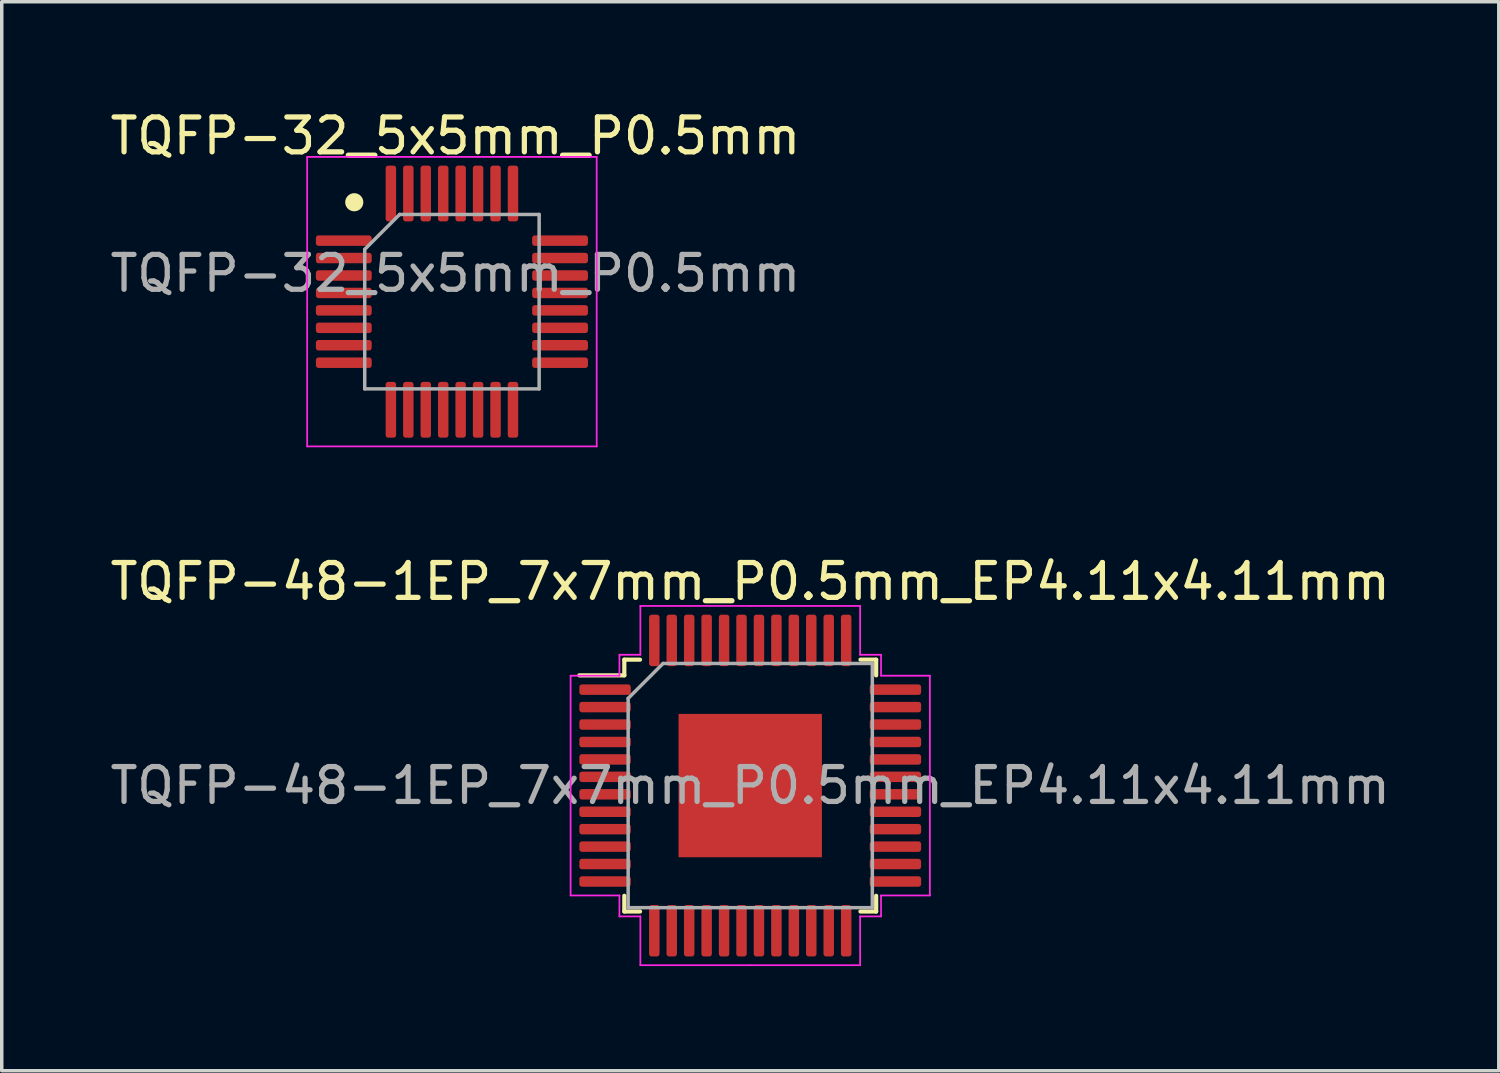
<source format=kicad_pcb>
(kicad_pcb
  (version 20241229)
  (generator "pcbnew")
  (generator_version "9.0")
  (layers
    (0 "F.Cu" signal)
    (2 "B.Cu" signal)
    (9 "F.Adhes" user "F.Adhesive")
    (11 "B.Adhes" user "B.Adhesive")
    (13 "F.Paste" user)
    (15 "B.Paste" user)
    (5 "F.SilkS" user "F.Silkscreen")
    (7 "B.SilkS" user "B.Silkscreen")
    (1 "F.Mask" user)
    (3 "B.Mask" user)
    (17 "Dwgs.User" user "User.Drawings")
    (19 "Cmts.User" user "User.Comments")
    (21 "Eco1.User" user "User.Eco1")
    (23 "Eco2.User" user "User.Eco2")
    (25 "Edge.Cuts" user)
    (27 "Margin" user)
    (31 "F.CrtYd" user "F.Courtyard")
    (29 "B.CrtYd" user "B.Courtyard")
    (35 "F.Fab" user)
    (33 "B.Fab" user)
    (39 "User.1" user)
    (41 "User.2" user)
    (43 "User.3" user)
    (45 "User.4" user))
  (footprint "TQFP-32_5x5mm_P0.5mm"
    (layer "F.Cu")
    (at 9.906 5.598)
    (property "Reference" "TQFP-32_5x5mm_P0.5mm" (at 0.1 -4.75 0) (unlocked yes) (layer "F.SilkS") (effects (font (size 1 1) (thickness 0.15))))
    (attr smd)
    (fp_circle (center -2.8 -2.85) (end -2.6 -2.85) (stroke (width 0.12) (type solid)) (fill yes) (layer "F.SilkS"))
    (fp_line (start -4.15 -4.15) (end -4.15 4.15) (stroke (width 0.05) (type solid)) (layer "F.CrtYd"))
    (fp_line (start -4.15 4.15) (end 4.15 4.15) (stroke (width 0.05) (type solid)) (layer "F.CrtYd"))
    (fp_line (start 4.15 -4.15) (end -4.15 -4.15) (stroke (width 0.05) (type solid)) (layer "F.CrtYd"))
    (fp_line (start 4.15 4.15) (end 4.15 -4.15) (stroke (width 0.05) (type solid)) (layer "F.CrtYd"))
    (fp_rect (start 0 0) (end 0 0) (stroke (width 0.05) (type solid)) (fill no) (layer "F.CrtYd"))
    (fp_line (start -2.5 -1.5) (end -2.5 2.5) (stroke (width 0.1) (type solid)) (layer "F.Fab"))
    (fp_line (start -2.5 -1.5) (end -1.5 -2.5) (stroke (width 0.1) (type solid)) (layer "F.Fab"))
    (fp_line (start -2.5 2.5) (end 2.5 2.5) (stroke (width 0.1) (type solid)) (layer "F.Fab"))
    (fp_line (start 2.5 -2.5) (end -1.5 -2.5) (stroke (width 0.1) (type solid)) (layer "F.Fab"))
    (fp_line (start 2.5 2.5) (end 2.5 -2.5) (stroke (width 0.1) (type solid)) (layer "F.Fab"))
    (fp_text user "${REFERENCE}" (at 0.1 -0.81 0) (unlocked yes) (layer "F.Fab") (effects (font (size 1 1) (thickness 0.15))))
    (pad "1" smd roundrect (at -3.1 -1.75) (size 1.6 0.3) (layers "F.Cu" "F.Mask" "F.Paste") (roundrect_rratio 0.25))
    (pad "2" smd roundrect (at -3.1 -1.25) (size 1.6 0.3) (layers "F.Cu" "F.Mask" "F.Paste") (roundrect_rratio 0.25))
    (pad "3" smd roundrect (at -3.1 -0.75) (size 1.6 0.3) (layers "F.Cu" "F.Mask" "F.Paste") (roundrect_rratio 0.25))
    (pad "4" smd roundrect (at -3.1 -0.25) (size 1.6 0.3) (layers "F.Cu" "F.Mask" "F.Paste") (roundrect_rratio 0.25))
    (pad "5" smd roundrect (at -3.1 0.25) (size 1.6 0.3) (layers "F.Cu" "F.Mask" "F.Paste") (roundrect_rratio 0.25))
    (pad "6" smd roundrect (at -3.1 0.75) (size 1.6 0.3) (layers "F.Cu" "F.Mask" "F.Paste") (roundrect_rratio 0.25))
    (pad "7" smd roundrect (at -3.1 1.25) (size 1.6 0.3) (layers "F.Cu" "F.Mask" "F.Paste") (roundrect_rratio 0.25))
    (pad "8" smd roundrect (at -3.1 1.75) (size 1.6 0.3) (layers "F.Cu" "F.Mask" "F.Paste") (roundrect_rratio 0.25))
    (pad "9" smd roundrect (at -1.75 3.1 90) (size 1.6 0.3) (layers "F.Cu" "F.Mask" "F.Paste") (roundrect_rratio 0.25))
    (pad "10" smd roundrect (at -1.25 3.1 90) (size 1.6 0.3) (layers "F.Cu" "F.Mask" "F.Paste") (roundrect_rratio 0.25))
    (pad "11" smd roundrect (at -0.75 3.1 90) (size 1.6 0.3) (layers "F.Cu" "F.Mask" "F.Paste") (roundrect_rratio 0.25))
    (pad "12" smd roundrect (at -0.25 3.1 90) (size 1.6 0.3) (layers "F.Cu" "F.Mask" "F.Paste") (roundrect_rratio 0.25))
    (pad "13" smd roundrect (at 0.25 3.1 90) (size 1.6 0.3) (layers "F.Cu" "F.Mask" "F.Paste") (roundrect_rratio 0.25))
    (pad "14" smd roundrect (at 0.75 3.1 90) (size 1.6 0.3) (layers "F.Cu" "F.Mask" "F.Paste") (roundrect_rratio 0.25))
    (pad "15" smd roundrect (at 1.25 3.1 90) (size 1.6 0.3) (layers "F.Cu" "F.Mask" "F.Paste") (roundrect_rratio 0.25))
    (pad "16" smd roundrect (at 1.75 3.1 90) (size 1.6 0.3) (layers "F.Cu" "F.Mask" "F.Paste") (roundrect_rratio 0.25))
    (pad "17" smd roundrect (at 3.1 1.75) (size 1.6 0.3) (layers "F.Cu" "F.Mask" "F.Paste") (roundrect_rratio 0.25))
    (pad "18" smd roundrect (at 3.1 1.25) (size 1.6 0.3) (layers "F.Cu" "F.Mask" "F.Paste") (roundrect_rratio 0.25))
    (pad "19" smd roundrect (at 3.1 0.75) (size 1.6 0.3) (layers "F.Cu" "F.Mask" "F.Paste") (roundrect_rratio 0.25))
    (pad "20" smd roundrect (at 3.1 0.25) (size 1.6 0.3) (layers "F.Cu" "F.Mask" "F.Paste") (roundrect_rratio 0.25))
    (pad "21" smd roundrect (at 3.1 -0.25) (size 1.6 0.3) (layers "F.Cu" "F.Mask" "F.Paste") (roundrect_rratio 0.25))
    (pad "22" smd roundrect (at 3.1 -0.75) (size 1.6 0.3) (layers "F.Cu" "F.Mask" "F.Paste") (roundrect_rratio 0.25))
    (pad "23" smd roundrect (at 3.1 -1.25) (size 1.6 0.3) (layers "F.Cu" "F.Mask" "F.Paste") (roundrect_rratio 0.25))
    (pad "24" smd roundrect (at 3.1 -1.75) (size 1.6 0.3) (layers "F.Cu" "F.Mask" "F.Paste") (roundrect_rratio 0.25))
    (pad "25" smd roundrect (at 1.75 -3.1 90) (size 1.6 0.3) (layers "F.Cu" "F.Mask" "F.Paste") (roundrect_rratio 0.25))
    (pad "26" smd roundrect (at 1.25 -3.1 90) (size 1.6 0.3) (layers "F.Cu" "F.Mask" "F.Paste") (roundrect_rratio 0.25))
    (pad "27" smd roundrect (at 0.75 -3.1 90) (size 1.6 0.3) (layers "F.Cu" "F.Mask" "F.Paste") (roundrect_rratio 0.25))
    (pad "28" smd roundrect (at 0.25 -3.1 90) (size 1.6 0.3) (layers "F.Cu" "F.Mask" "F.Paste") (roundrect_rratio 0.25))
    (pad "29" smd roundrect (at -0.25 -3.1 90) (size 1.6 0.3) (layers "F.Cu" "F.Mask" "F.Paste") (roundrect_rratio 0.25))
    (pad "30" smd roundrect (at -0.75 -3.1 90) (size 1.6 0.3) (layers "F.Cu" "F.Mask" "F.Paste") (roundrect_rratio 0.25))
    (pad "31" smd roundrect (at -1.25 -3.1 90) (size 1.6 0.3) (layers "F.Cu" "F.Mask" "F.Paste") (roundrect_rratio 0.25))
    (pad "32" smd roundrect (at -1.75 -3.1 90) (size 1.6 0.3) (layers "F.Cu" "F.Mask" "F.Paste") (roundrect_rratio 0.25)))
  (footprint "TQFP-48-1EP_7x7mm_P0.5mm_EP4.11x4.11mm"
    (layer "F.Cu")
    (at 18.458 19.471)
    (property "Reference" "TQFP-48-1EP_7x7mm_P0.5mm_EP4.11x4.11mm" (at 0 -5.85 0) (layer "F.SilkS") (effects (font (size 1 1) (thickness 0.15))))
    (attr smd)
    (fp_line (start -3.61 -3.61) (end -3.61 -3.16) (stroke (width 0.12) (type solid)) (layer "F.SilkS"))
    (fp_line (start -3.61 -3.16) (end -4.9 -3.16) (stroke (width 0.12) (type solid)) (layer "F.SilkS"))
    (fp_line (start -3.61 3.61) (end -3.61 3.16) (stroke (width 0.12) (type solid)) (layer "F.SilkS"))
    (fp_line (start -3.16 -3.61) (end -3.61 -3.61) (stroke (width 0.12) (type solid)) (layer "F.SilkS"))
    (fp_line (start -3.16 3.61) (end -3.61 3.61) (stroke (width 0.12) (type solid)) (layer "F.SilkS"))
    (fp_line (start 3.16 -3.61) (end 3.61 -3.61) (stroke (width 0.12) (type solid)) (layer "F.SilkS"))
    (fp_line (start 3.16 3.61) (end 3.61 3.61) (stroke (width 0.12) (type solid)) (layer "F.SilkS"))
    (fp_line (start 3.61 -3.61) (end 3.61 -3.16) (stroke (width 0.12) (type solid)) (layer "F.SilkS"))
    (fp_line (start 3.61 3.61) (end 3.61 3.16) (stroke (width 0.12) (type solid)) (layer "F.SilkS"))
    (fp_line (start -5.15 -3.15) (end -5.15 0) (stroke (width 0.05) (type solid)) (layer "F.CrtYd"))
    (fp_line (start -5.15 3.15) (end -5.15 0) (stroke (width 0.05) (type solid)) (layer "F.CrtYd"))
    (fp_line (start -3.75 -3.75) (end -3.75 -3.15) (stroke (width 0.05) (type solid)) (layer "F.CrtYd"))
    (fp_line (start -3.75 -3.15) (end -5.15 -3.15) (stroke (width 0.05) (type solid)) (layer "F.CrtYd"))
    (fp_line (start -3.75 3.15) (end -5.15 3.15) (stroke (width 0.05) (type solid)) (layer "F.CrtYd"))
    (fp_line (start -3.75 3.75) (end -3.75 3.15) (stroke (width 0.05) (type solid)) (layer "F.CrtYd"))
    (fp_line (start -3.15 -5.15) (end -3.15 -3.75) (stroke (width 0.05) (type solid)) (layer "F.CrtYd"))
    (fp_line (start -3.15 -3.75) (end -3.75 -3.75) (stroke (width 0.05) (type solid)) (layer "F.CrtYd"))
    (fp_line (start -3.15 3.75) (end -3.75 3.75) (stroke (width 0.05) (type solid)) (layer "F.CrtYd"))
    (fp_line (start -3.15 5.15) (end -3.15 3.75) (stroke (width 0.05) (type solid)) (layer "F.CrtYd"))
    (fp_line (start 0 -5.15) (end -3.15 -5.15) (stroke (width 0.05) (type solid)) (layer "F.CrtYd"))
    (fp_line (start 0 -5.15) (end 3.15 -5.15) (stroke (width 0.05) (type solid)) (layer "F.CrtYd"))
    (fp_line (start 0 5.15) (end -3.15 5.15) (stroke (width 0.05) (type solid)) (layer "F.CrtYd"))
    (fp_line (start 0 5.15) (end 3.15 5.15) (stroke (width 0.05) (type solid)) (layer "F.CrtYd"))
    (fp_line (start 3.15 -5.15) (end 3.15 -3.75) (stroke (width 0.05) (type solid)) (layer "F.CrtYd"))
    (fp_line (start 3.15 -3.75) (end 3.75 -3.75) (stroke (width 0.05) (type solid)) (layer "F.CrtYd"))
    (fp_line (start 3.15 3.75) (end 3.75 3.75) (stroke (width 0.05) (type solid)) (layer "F.CrtYd"))
    (fp_line (start 3.15 5.15) (end 3.15 3.75) (stroke (width 0.05) (type solid)) (layer "F.CrtYd"))
    (fp_line (start 3.75 -3.75) (end 3.75 -3.15) (stroke (width 0.05) (type solid)) (layer "F.CrtYd"))
    (fp_line (start 3.75 -3.15) (end 5.15 -3.15) (stroke (width 0.05) (type solid)) (layer "F.CrtYd"))
    (fp_line (start 3.75 3.15) (end 5.15 3.15) (stroke (width 0.05) (type solid)) (layer "F.CrtYd"))
    (fp_line (start 3.75 3.75) (end 3.75 3.15) (stroke (width 0.05) (type solid)) (layer "F.CrtYd"))
    (fp_line (start 5.15 -3.15) (end 5.15 0) (stroke (width 0.05) (type solid)) (layer "F.CrtYd"))
    (fp_line (start 5.15 3.15) (end 5.15 0) (stroke (width 0.05) (type solid)) (layer "F.CrtYd"))
    (fp_line (start -3.5 -2.5) (end -2.5 -3.5) (stroke (width 0.1) (type solid)) (layer "F.Fab"))
    (fp_line (start -3.5 3.5) (end -3.5 -2.5) (stroke (width 0.1) (type solid)) (layer "F.Fab"))
    (fp_line (start -2.5 -3.5) (end 3.5 -3.5) (stroke (width 0.1) (type solid)) (layer "F.Fab"))
    (fp_line (start 3.5 -3.5) (end 3.5 3.5) (stroke (width 0.1) (type solid)) (layer "F.Fab"))
    (fp_line (start 3.5 3.5) (end -3.5 3.5) (stroke (width 0.1) (type solid)) (layer "F.Fab"))
    (fp_text user "${REFERENCE}" (at 0 0 0) (layer "F.Fab") (effects (font (size 1 1) (thickness 0.15))))
    (pad "" smd roundrect (at -1.545 -1.545) (size 0.83 0.83) (layers "F.Paste") (roundrect_rratio 0.25))
    (pad "" smd roundrect (at -1.545 -0.515) (size 0.83 0.83) (layers "F.Paste") (roundrect_rratio 0.25))
    (pad "" smd roundrect (at -1.545 0.515) (size 0.83 0.83) (layers "F.Paste") (roundrect_rratio 0.25))
    (pad "" smd roundrect (at -1.545 1.545) (size 0.83 0.83) (layers "F.Paste") (roundrect_rratio 0.25))
    (pad "" smd roundrect (at -0.515 -1.545) (size 0.83 0.83) (layers "F.Paste") (roundrect_rratio 0.25))
    (pad "" smd roundrect (at -0.515 -0.515) (size 0.83 0.83) (layers "F.Paste") (roundrect_rratio 0.25))
    (pad "" smd roundrect (at -0.515 0.515) (size 0.83 0.83) (layers "F.Paste") (roundrect_rratio 0.25))
    (pad "" smd roundrect (at -0.515 1.545) (size 0.83 0.83) (layers "F.Paste") (roundrect_rratio 0.25))
    (pad "" smd roundrect (at 0.515 -1.545) (size 0.83 0.83) (layers "F.Paste") (roundrect_rratio 0.25))
    (pad "" smd roundrect (at 0.515 -0.515) (size 0.83 0.83) (layers "F.Paste") (roundrect_rratio 0.25))
    (pad "" smd roundrect (at 0.515 0.515) (size 0.83 0.83) (layers "F.Paste") (roundrect_rratio 0.25))
    (pad "" smd roundrect (at 0.515 1.545) (size 0.83 0.83) (layers "F.Paste") (roundrect_rratio 0.25))
    (pad "" smd roundrect (at 1.545 -1.545) (size 0.83 0.83) (layers "F.Paste") (roundrect_rratio 0.25))
    (pad "" smd roundrect (at 1.545 -0.515) (size 0.83 0.83) (layers "F.Paste") (roundrect_rratio 0.25))
    (pad "" smd roundrect (at 1.545 0.515) (size 0.83 0.83) (layers "F.Paste") (roundrect_rratio 0.25))
    (pad "" smd roundrect (at 1.545 1.545) (size 0.83 0.83) (layers "F.Paste") (roundrect_rratio 0.25))
    (pad "1" smd roundrect (at -4.162 -2.75) (size 1.475 0.3) (layers "F.Cu" "F.Mask" "F.Paste") (roundrect_rratio 0.25))
    (pad "2" smd roundrect (at -4.162 -2.25) (size 1.475 0.3) (layers "F.Cu" "F.Mask" "F.Paste") (roundrect_rratio 0.25))
    (pad "3" smd roundrect (at -4.162 -1.75) (size 1.475 0.3) (layers "F.Cu" "F.Mask" "F.Paste") (roundrect_rratio 0.25))
    (pad "4" smd roundrect (at -4.162 -1.25) (size 1.475 0.3) (layers "F.Cu" "F.Mask" "F.Paste") (roundrect_rratio 0.25))
    (pad "5" smd roundrect (at -4.162 -0.75) (size 1.475 0.3) (layers "F.Cu" "F.Mask" "F.Paste") (roundrect_rratio 0.25))
    (pad "6" smd roundrect (at -4.162 -0.25) (size 1.475 0.3) (layers "F.Cu" "F.Mask" "F.Paste") (roundrect_rratio 0.25))
    (pad "7" smd roundrect (at -4.162 0.25) (size 1.475 0.3) (layers "F.Cu" "F.Mask" "F.Paste") (roundrect_rratio 0.25))
    (pad "8" smd roundrect (at -4.162 0.75) (size 1.475 0.3) (layers "F.Cu" "F.Mask" "F.Paste") (roundrect_rratio 0.25))
    (pad "9" smd roundrect (at -4.162 1.25) (size 1.475 0.3) (layers "F.Cu" "F.Mask" "F.Paste") (roundrect_rratio 0.25))
    (pad "10" smd roundrect (at -4.162 1.75) (size 1.475 0.3) (layers "F.Cu" "F.Mask" "F.Paste") (roundrect_rratio 0.25))
    (pad "11" smd roundrect (at -4.162 2.25) (size 1.475 0.3) (layers "F.Cu" "F.Mask" "F.Paste") (roundrect_rratio 0.25))
    (pad "12" smd roundrect (at -4.162 2.75) (size 1.475 0.3) (layers "F.Cu" "F.Mask" "F.Paste") (roundrect_rratio 0.25))
    (pad "13" smd roundrect (at -2.75 4.162) (size 0.3 1.475) (layers "F.Cu" "F.Mask" "F.Paste") (roundrect_rratio 0.25))
    (pad "14" smd roundrect (at -2.25 4.162) (size 0.3 1.475) (layers "F.Cu" "F.Mask" "F.Paste") (roundrect_rratio 0.25))
    (pad "15" smd roundrect (at -1.75 4.162) (size 0.3 1.475) (layers "F.Cu" "F.Mask" "F.Paste") (roundrect_rratio 0.25))
    (pad "16" smd roundrect (at -1.25 4.162) (size 0.3 1.475) (layers "F.Cu" "F.Mask" "F.Paste") (roundrect_rratio 0.25))
    (pad "17" smd roundrect (at -0.75 4.162) (size 0.3 1.475) (layers "F.Cu" "F.Mask" "F.Paste") (roundrect_rratio 0.25))
    (pad "18" smd roundrect (at -0.25 4.162) (size 0.3 1.475) (layers "F.Cu" "F.Mask" "F.Paste") (roundrect_rratio 0.25))
    (pad "19" smd roundrect (at 0.25 4.162) (size 0.3 1.475) (layers "F.Cu" "F.Mask" "F.Paste") (roundrect_rratio 0.25))
    (pad "20" smd roundrect (at 0.75 4.162) (size 0.3 1.475) (layers "F.Cu" "F.Mask" "F.Paste") (roundrect_rratio 0.25))
    (pad "21" smd roundrect (at 1.25 4.162) (size 0.3 1.475) (layers "F.Cu" "F.Mask" "F.Paste") (roundrect_rratio 0.25))
    (pad "22" smd roundrect (at 1.75 4.162) (size 0.3 1.475) (layers "F.Cu" "F.Mask" "F.Paste") (roundrect_rratio 0.25))
    (pad "23" smd roundrect (at 2.25 4.162) (size 0.3 1.475) (layers "F.Cu" "F.Mask" "F.Paste") (roundrect_rratio 0.25))
    (pad "24" smd roundrect (at 2.75 4.162) (size 0.3 1.475) (layers "F.Cu" "F.Mask" "F.Paste") (roundrect_rratio 0.25))
    (pad "25" smd roundrect (at 4.162 2.75) (size 1.475 0.3) (layers "F.Cu" "F.Mask" "F.Paste") (roundrect_rratio 0.25))
    (pad "26" smd roundrect (at 4.162 2.25) (size 1.475 0.3) (layers "F.Cu" "F.Mask" "F.Paste") (roundrect_rratio 0.25))
    (pad "27" smd roundrect (at 4.162 1.75) (size 1.475 0.3) (layers "F.Cu" "F.Mask" "F.Paste") (roundrect_rratio 0.25))
    (pad "28" smd roundrect (at 4.162 1.25) (size 1.475 0.3) (layers "F.Cu" "F.Mask" "F.Paste") (roundrect_rratio 0.25))
    (pad "29" smd roundrect (at 4.162 0.75) (size 1.475 0.3) (layers "F.Cu" "F.Mask" "F.Paste") (roundrect_rratio 0.25))
    (pad "30" smd roundrect (at 4.162 0.25) (size 1.475 0.3) (layers "F.Cu" "F.Mask" "F.Paste") (roundrect_rratio 0.25))
    (pad "31" smd roundrect (at 4.162 -0.25) (size 1.475 0.3) (layers "F.Cu" "F.Mask" "F.Paste") (roundrect_rratio 0.25))
    (pad "32" smd roundrect (at 4.162 -0.75) (size 1.475 0.3) (layers "F.Cu" "F.Mask" "F.Paste") (roundrect_rratio 0.25))
    (pad "33" smd roundrect (at 4.162 -1.25) (size 1.475 0.3) (layers "F.Cu" "F.Mask" "F.Paste") (roundrect_rratio 0.25))
    (pad "34" smd roundrect (at 4.162 -1.75) (size 1.475 0.3) (layers "F.Cu" "F.Mask" "F.Paste") (roundrect_rratio 0.25))
    (pad "35" smd roundrect (at 4.162 -2.25) (size 1.475 0.3) (layers "F.Cu" "F.Mask" "F.Paste") (roundrect_rratio 0.25))
    (pad "36" smd roundrect (at 4.162 -2.75) (size 1.475 0.3) (layers "F.Cu" "F.Mask" "F.Paste") (roundrect_rratio 0.25))
    (pad "37" smd roundrect (at 2.75 -4.162) (size 0.3 1.475) (layers "F.Cu" "F.Mask" "F.Paste") (roundrect_rratio 0.25))
    (pad "38" smd roundrect (at 2.25 -4.162) (size 0.3 1.475) (layers "F.Cu" "F.Mask" "F.Paste") (roundrect_rratio 0.25))
    (pad "39" smd roundrect (at 1.75 -4.162) (size 0.3 1.475) (layers "F.Cu" "F.Mask" "F.Paste") (roundrect_rratio 0.25))
    (pad "40" smd roundrect (at 1.25 -4.162) (size 0.3 1.475) (layers "F.Cu" "F.Mask" "F.Paste") (roundrect_rratio 0.25))
    (pad "41" smd roundrect (at 0.75 -4.162) (size 0.3 1.475) (layers "F.Cu" "F.Mask" "F.Paste") (roundrect_rratio 0.25))
    (pad "42" smd roundrect (at 0.25 -4.162) (size 0.3 1.475) (layers "F.Cu" "F.Mask" "F.Paste") (roundrect_rratio 0.25))
    (pad "43" smd roundrect (at -0.25 -4.162) (size 0.3 1.475) (layers "F.Cu" "F.Mask" "F.Paste") (roundrect_rratio 0.25))
    (pad "44" smd roundrect (at -0.75 -4.162) (size 0.3 1.475) (layers "F.Cu" "F.Mask" "F.Paste") (roundrect_rratio 0.25))
    (pad "45" smd roundrect (at -1.25 -4.162) (size 0.3 1.475) (layers "F.Cu" "F.Mask" "F.Paste") (roundrect_rratio 0.25))
    (pad "46" smd roundrect (at -1.75 -4.162) (size 0.3 1.475) (layers "F.Cu" "F.Mask" "F.Paste") (roundrect_rratio 0.25))
    (pad "47" smd roundrect (at -2.25 -4.162) (size 0.3 1.475) (layers "F.Cu" "F.Mask" "F.Paste") (roundrect_rratio 0.25))
    (pad "48" smd roundrect (at -2.75 -4.162) (size 0.3 1.475) (layers "F.Cu" "F.Mask" "F.Paste") (roundrect_rratio 0.25))
    (pad "49" smd rect (at 0 0) (size 4.11 4.11) (layers "F.Cu" "F.Mask")))
  (gr_rect
    (start -3 -3)
    (end 39.917 27.646)
    (stroke (width 0.1) (type default))
    (fill no)
    (layer "Edge.Cuts")))
</source>
